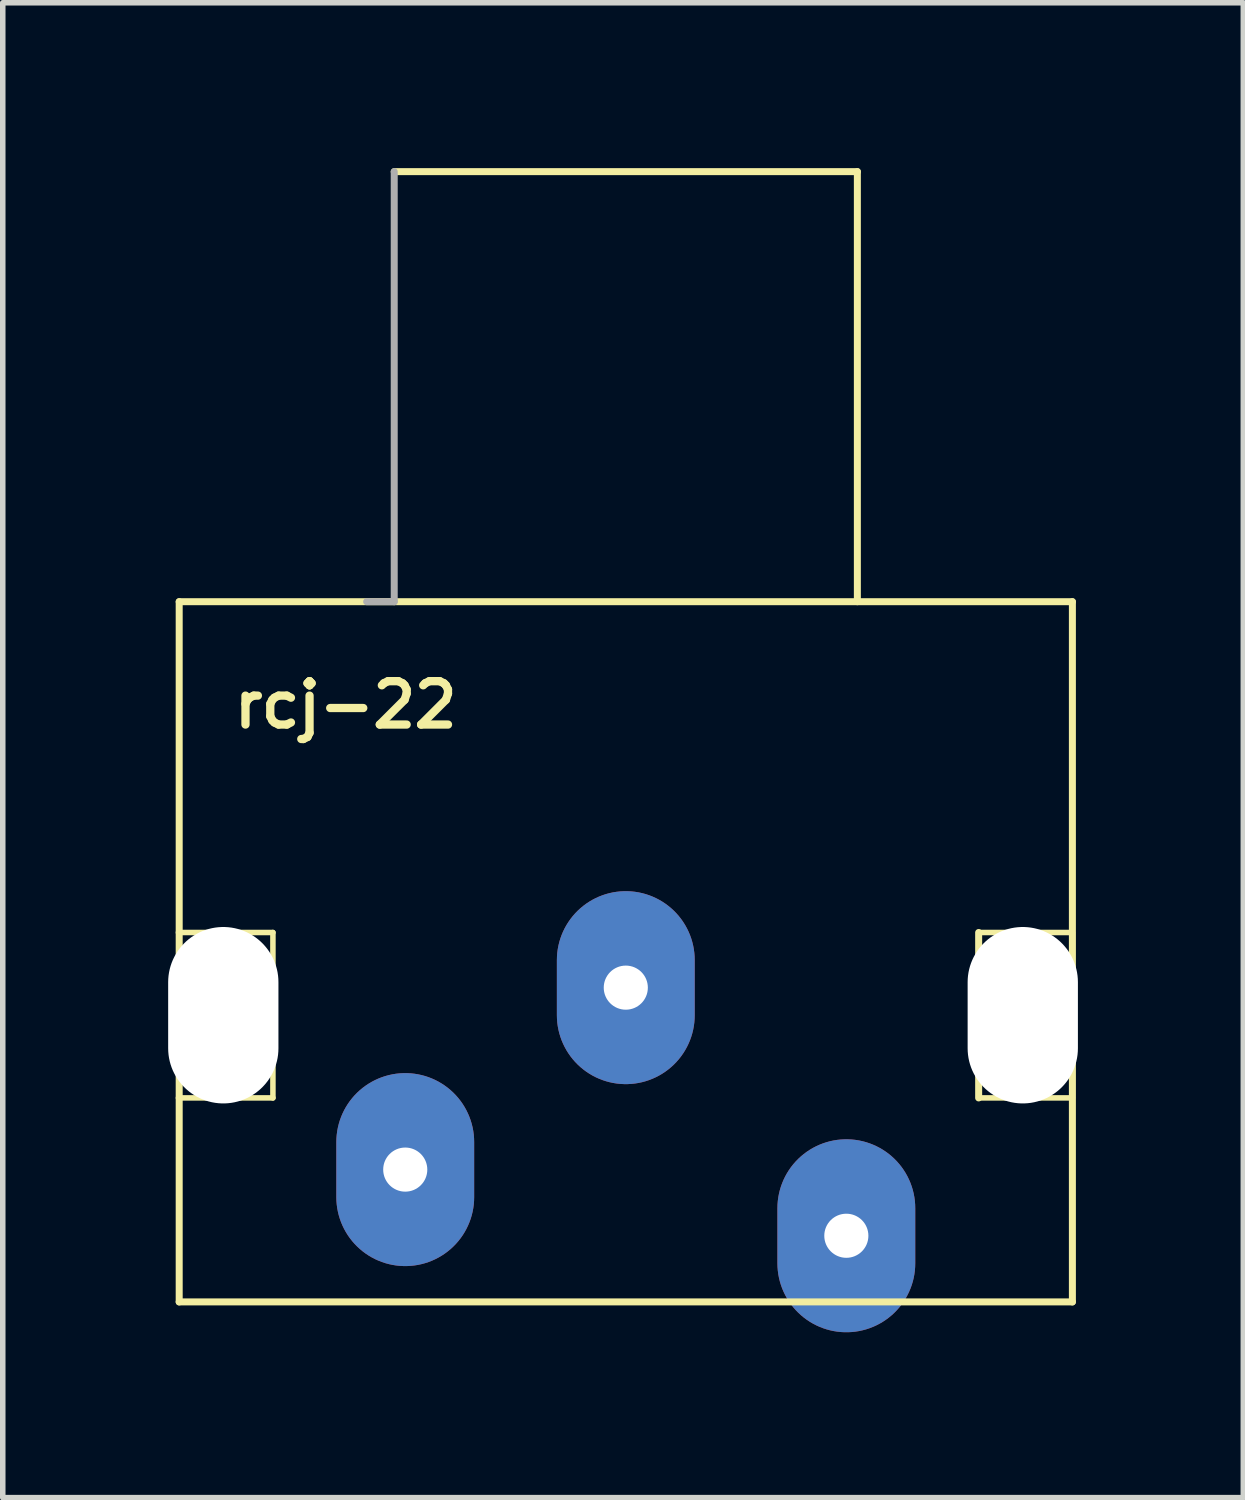
<source format=kicad_pcb>
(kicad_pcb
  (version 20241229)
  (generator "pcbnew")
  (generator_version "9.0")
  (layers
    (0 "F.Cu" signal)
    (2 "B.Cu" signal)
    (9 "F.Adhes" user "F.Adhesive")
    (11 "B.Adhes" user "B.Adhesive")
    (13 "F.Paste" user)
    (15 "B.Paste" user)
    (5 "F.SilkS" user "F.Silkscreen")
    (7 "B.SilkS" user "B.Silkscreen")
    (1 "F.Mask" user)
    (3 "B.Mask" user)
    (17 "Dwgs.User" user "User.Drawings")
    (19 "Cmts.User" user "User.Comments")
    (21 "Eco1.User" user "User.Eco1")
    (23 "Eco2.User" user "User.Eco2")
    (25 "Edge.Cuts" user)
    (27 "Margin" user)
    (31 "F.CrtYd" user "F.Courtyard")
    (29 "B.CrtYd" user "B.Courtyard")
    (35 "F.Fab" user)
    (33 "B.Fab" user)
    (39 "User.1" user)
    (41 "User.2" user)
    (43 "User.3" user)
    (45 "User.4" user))
  (footprint "rcj-22"
    (layer "F.Cu")
    (at 8.3 17.863)
    (property "Reference" "rcj-22" (at -5.08 -8.128 0) (layer "F.SilkS") (effects (font (size 0.787 0.787) (thickness 0.15))))
    (attr through_hole)
    (fp_line (start -8.1 -10) (end -8.1 -4) (stroke (width 0.127) (type solid)) (layer "F.SilkS"))
    (fp_line (start -8.1 -4) (end -8.1 -1) (stroke (width 0.127) (type solid)) (layer "F.SilkS"))
    (fp_line (start -8.1 -1) (end -8.1 2.7) (stroke (width 0.127) (type solid)) (layer "F.SilkS"))
    (fp_line (start -8.1 -1) (end -6.4 -1) (stroke (width 0.1) (type solid)) (layer "F.SilkS"))
    (fp_line (start -8.1 2.7) (end 8.1 2.7) (stroke (width 0.127) (type solid)) (layer "F.SilkS"))
    (fp_line (start -6.4 -4) (end -8.1 -4) (stroke (width 0.1) (type solid)) (layer "F.SilkS"))
    (fp_line (start -6.4 -1) (end -6.4 -4) (stroke (width 0.1) (type solid)) (layer "F.SilkS"))
    (fp_line (start -4.2 -17.8) (end 4.2 -17.8) (stroke (width 0.127) (type solid)) (layer "F.SilkS"))
    (fp_line (start 4.2 -17.8) (end 4.2 -10) (stroke (width 0.127) (type solid)) (layer "F.SilkS"))
    (fp_line (start 6.4 -4) (end 6.4 -1) (stroke (width 0.127) (type solid)) (layer "F.SilkS"))
    (fp_line (start 6.4 -1) (end 8.1 -1) (stroke (width 0.1) (type solid)) (layer "F.SilkS"))
    (fp_line (start 8.1 -10) (end -8.1 -10) (stroke (width 0.127) (type solid)) (layer "F.SilkS"))
    (fp_line (start 8.1 -4) (end 6.4 -4) (stroke (width 0.1) (type solid)) (layer "F.SilkS"))
    (fp_line (start 8.1 -1) (end 8.1 -4) (stroke (width 0.1) (type solid)) (layer "F.SilkS"))
    (fp_line (start 8.1 2.7) (end 8.1 -10) (stroke (width 0.127) (type solid)) (layer "F.SilkS"))
    (fp_line (start -4.7 -10) (end -4.2 -10) (stroke (width 0.127) (type solid)) (layer "F.Fab"))
    (fp_line (start -4.2 -10) (end -4.2 -17.8) (stroke (width 0.127) (type solid)) (layer "F.Fab"))
    (pad "" np_thru_hole oval (at -7.3 -2.5) (size 2 3.2) (drill oval 2 3.2) (layers "*.Cu" "*.Mask"))
    (pad "" np_thru_hole oval (at 7.2 -2.5) (size 2 3.2) (drill oval 2 3.2) (layers "*.Cu" "*.Mask"))
    (pad "1" thru_hole oval (at 0 -3 90) (size 3.5 2.5) (drill 0.8) (layers "*.Cu" "*.Mask"))
    (pad "2" thru_hole oval (at -4 0.3 90) (size 3.5 2.5) (drill 0.8) (layers "*.Cu" "*.Mask"))
    (pad "3" thru_hole oval (at 4 1.5 90) (size 3.5 2.5) (drill 0.8) (layers "*.Cu" "*.Mask")))
  (gr_rect
    (start -3 -3)
    (end 19.5 24.113)
    (stroke (width 0.1) (type default))
    (fill no)
    (layer "Edge.Cuts")))
</source>
